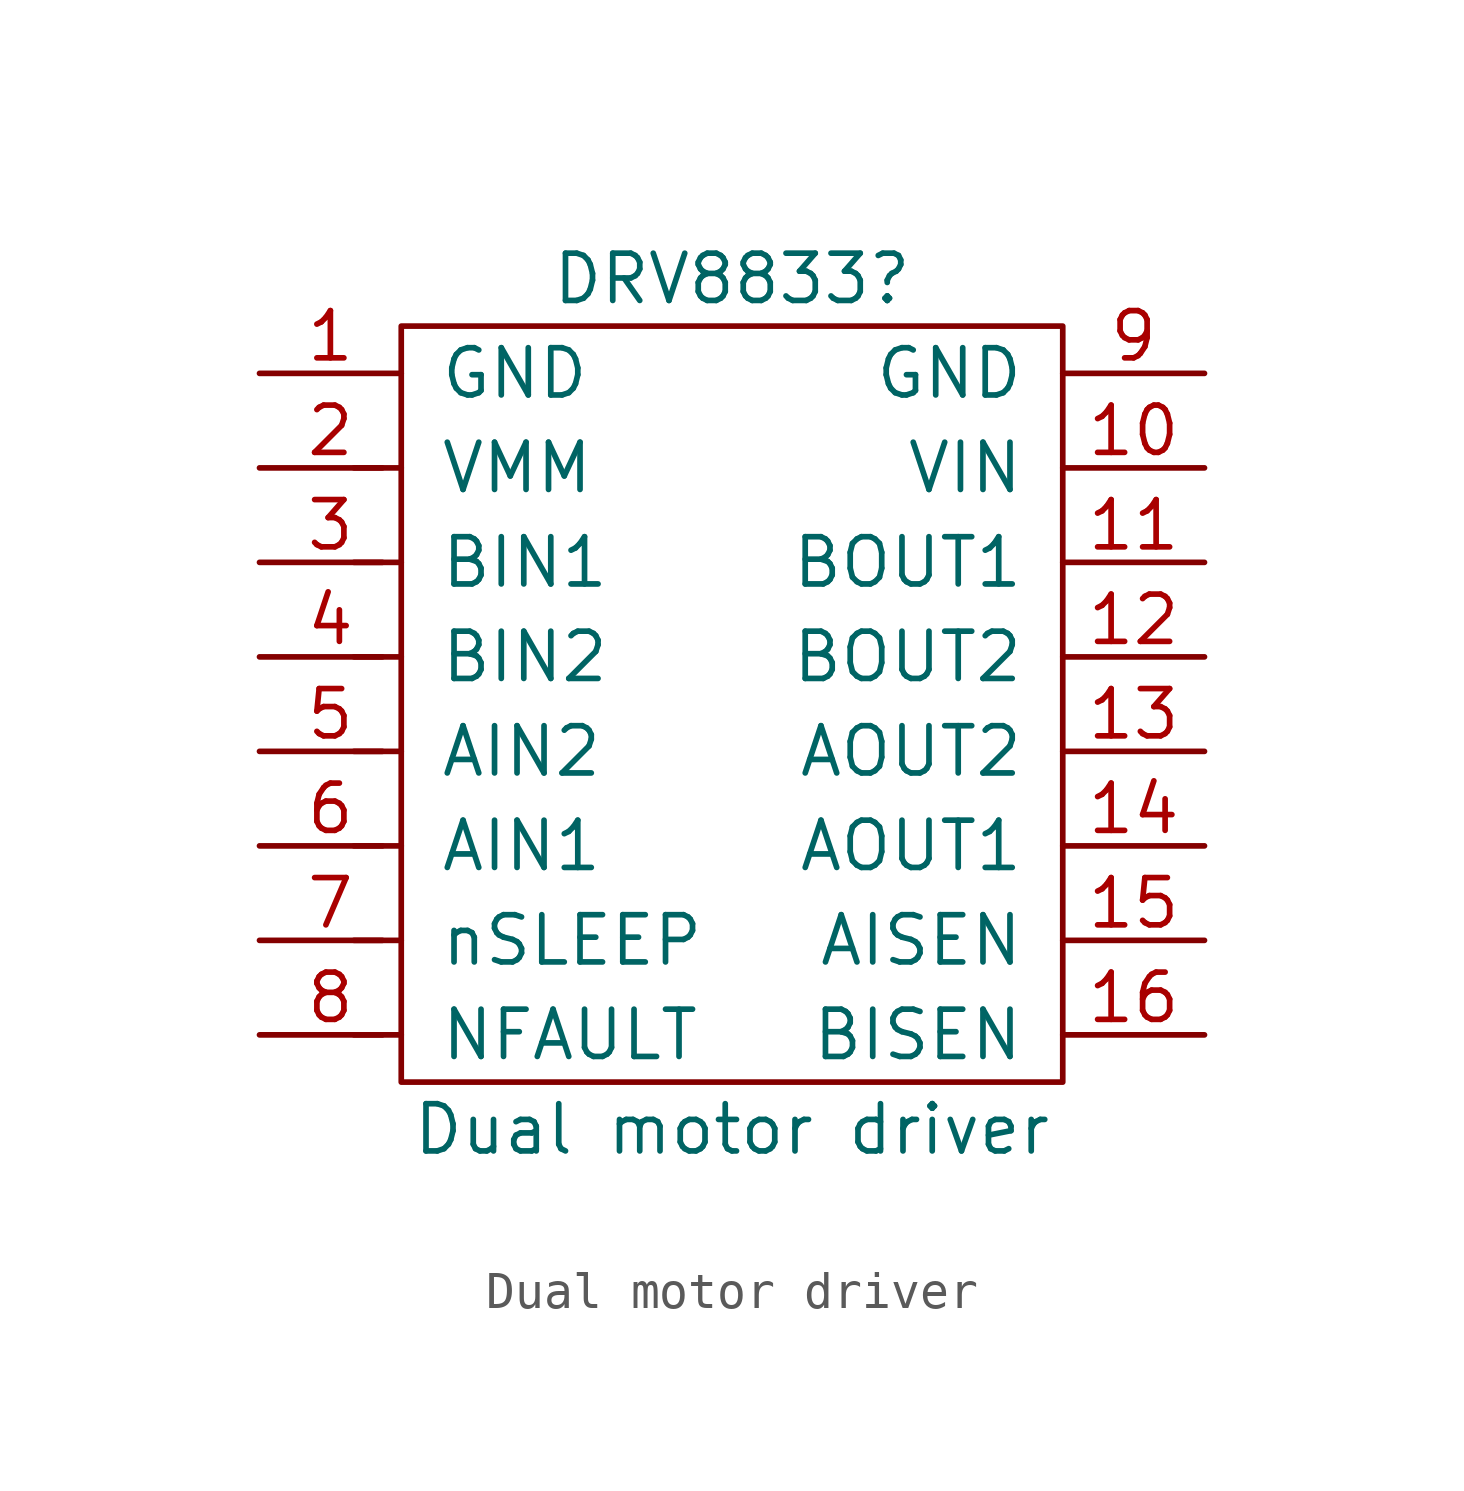
<source format=kicad_sym>
(kicad_symbol_lib
  (version 20211014)
  (generator kicad_symbol_editor)
  (symbol "Dual motor driver"
    (pin_names
      (offset 1.016))
    (property "Reference" "DRV8833"
      (at 0 11.43 0)
      (effects (font (size 1.27 1.27))))
    (property "Value" "Dual motor driver"
      (at 0 -11.43 0)
      (effects (font (size 1.27 1.27))))
    (symbol "Dual motor driver_0_1"
      (rectangle (start -8.89 10.16) (end 8.89 -10.16) (stroke (width 0) (type default) (color 0 0 0 0)) (fill (type none))))
    (symbol "Dual motor driver_1_1"
      (polyline (pts (xy -10.16 -8.89) (xy -9.398 -8.89)) (stroke (width 0.152) (type default) (color 0 0 0 0)) (fill (type none)))
      (polyline (pts (xy -10.16 -6.35) (xy -9.398 -6.35)) (stroke (width 0.152) (type default) (color 0 0 0 0)) (fill (type none)))
      (polyline (pts (xy -10.16 -3.81) (xy -9.398 -3.81)) (stroke (width 0.152) (type default) (color 0 0 0 0)) (fill (type none)))
      (polyline (pts (xy -10.16 -1.27) (xy -9.398 -1.27)) (stroke (width 0.152) (type default) (color 0 0 0 0)) (fill (type none)))
      (polyline (pts (xy -10.16 1.27) (xy -9.398 1.27)) (stroke (width 0.152) (type default) (color 0 0 0 0)) (fill (type none)))
      (polyline (pts (xy -10.16 3.81) (xy -9.398 3.81)) (stroke (width 0.152) (type default) (color 0 0 0 0)) (fill (type none)))
      (polyline (pts (xy -10.16 6.35) (xy -9.398 6.35)) (stroke (width 0.152) (type default) (color 0 0 0 0)) (fill (type none)))
      (pin input line (at -12.7 8.89 0) (length 3.81) (name "GND" (effects (font (size 1.27 1.27)))) (number "1" (effects (font (size 1.27 1.27)))))
      (pin output line (at 12.7 6.35 180) (length 3.81) (name "VIN" (effects (font (size 1.27 1.27)))) (number "10" (effects (font (size 1.27 1.27)))))
      (pin output line (at 12.7 3.81 180) (length 3.81) (name "BOUT1" (effects (font (size 1.27 1.27)))) (number "11" (effects (font (size 1.27 1.27)))))
      (pin output line (at 12.7 1.27 180) (length 3.81) (name "BOUT2" (effects (font (size 1.27 1.27)))) (number "12" (effects (font (size 1.27 1.27)))))
      (pin output line (at 12.7 -1.27 180) (length 3.81) (name "AOUT2" (effects (font (size 1.27 1.27)))) (number "13" (effects (font (size 1.27 1.27)))))
      (pin output line (at 12.7 -3.81 180) (length 3.81) (name "AOUT1" (effects (font (size 1.27 1.27)))) (number "14" (effects (font (size 1.27 1.27)))))
      (pin input line (at 12.7 -6.35 180) (length 3.81) (name "AISEN" (effects (font (size 1.27 1.27)))) (number "15" (effects (font (size 1.27 1.27)))))
      (pin input line (at 12.7 -8.89 180) (length 3.81) (name "BISEN" (effects (font (size 1.27 1.27)))) (number "16" (effects (font (size 1.27 1.27)))))
      (pin input line (at -12.7 6.35 0) (length 3.81) (name "VMM" (effects (font (size 1.27 1.27)))) (number "2" (effects (font (size 1.27 1.27)))))
      (pin input line (at -12.7 3.81 0) (length 3.81) (name "BIN1" (effects (font (size 1.27 1.27)))) (number "3" (effects (font (size 1.27 1.27)))))
      (pin input line (at -12.7 1.27 0) (length 3.81) (name "BIN2" (effects (font (size 1.27 1.27)))) (number "4" (effects (font (size 1.27 1.27)))))
      (pin input line (at -12.7 -1.27 0) (length 3.81) (name "AIN2" (effects (font (size 1.27 1.27)))) (number "5" (effects (font (size 1.27 1.27)))))
      (pin input line (at -12.7 -3.81 0) (length 3.81) (name "AIN1" (effects (font (size 1.27 1.27)))) (number "6" (effects (font (size 1.27 1.27)))))
      (pin input line (at -12.7 -6.35 0) (length 3.81) (name "nSLEEP" (effects (font (size 1.27 1.27)))) (number "7" (effects (font (size 1.27 1.27)))))
      (pin input line (at -12.7 -8.89 0) (length 3.81) (name "NFAULT" (effects (font (size 1.27 1.27)))) (number "8" (effects (font (size 1.27 1.27)))))
      (pin input line (at 12.7 8.89 180) (length 3.81) (name "GND" (effects (font (size 1.27 1.27)))) (number "9" (effects (font (size 1.27 1.27))))))))
</source>
